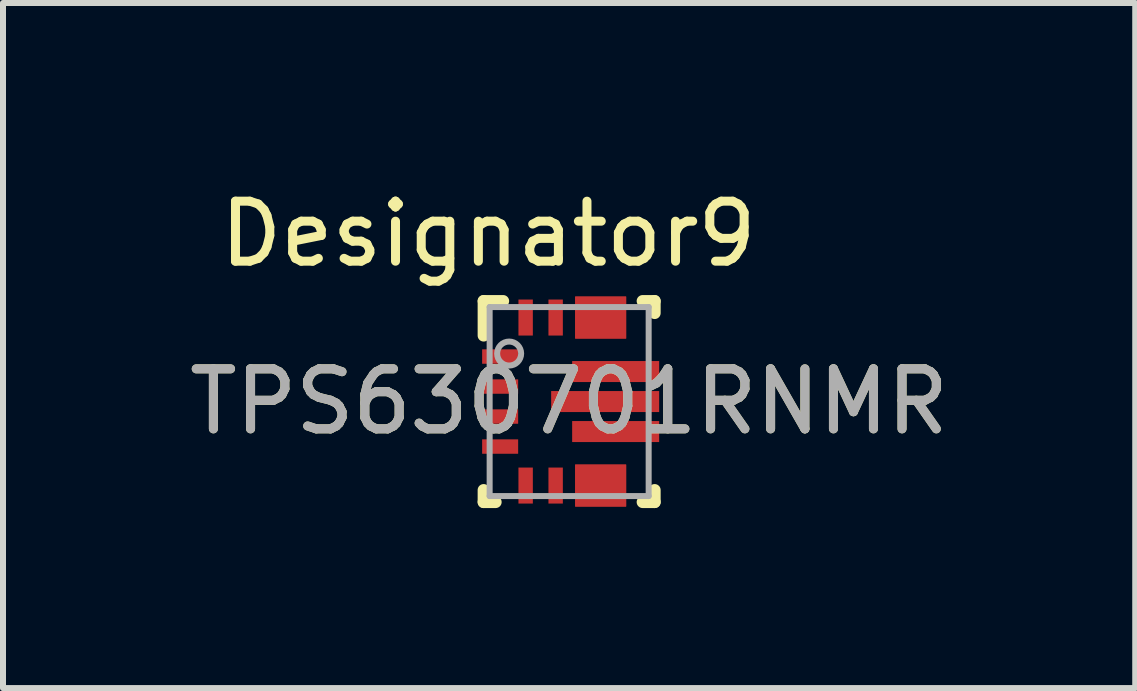
<source format=kicad_pcb>
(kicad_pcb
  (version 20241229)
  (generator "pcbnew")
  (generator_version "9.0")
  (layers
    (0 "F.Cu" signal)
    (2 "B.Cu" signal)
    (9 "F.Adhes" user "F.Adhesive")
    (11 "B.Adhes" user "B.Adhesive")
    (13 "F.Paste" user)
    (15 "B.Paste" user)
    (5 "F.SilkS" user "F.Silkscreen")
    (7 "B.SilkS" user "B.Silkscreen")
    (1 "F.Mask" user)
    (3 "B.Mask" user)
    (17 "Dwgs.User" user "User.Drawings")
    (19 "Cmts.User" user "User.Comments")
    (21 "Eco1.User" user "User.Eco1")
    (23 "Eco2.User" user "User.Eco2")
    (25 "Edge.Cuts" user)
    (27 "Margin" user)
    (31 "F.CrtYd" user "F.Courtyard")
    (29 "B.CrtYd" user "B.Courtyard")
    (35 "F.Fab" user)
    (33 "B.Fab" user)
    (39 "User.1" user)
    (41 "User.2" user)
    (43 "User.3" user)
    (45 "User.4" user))
  (footprint "TPS630701RNMR"
    (layer "F.Cu")
    (at 6.435 3.642)
    (property "Reference" "TPS630701RNMR" (at 0 0 0) (unlocked yes) (layer "F.SilkS") (effects (font (size 1 1) (thickness 0.15))))
    (attr smd)
    (fp_poly (pts (xy 0.15 -1.15) (xy 0.15 -1.3) (xy 0.151 -1.31) (xy 0.154 -1.319) (xy 0.158 -1.328) (xy 0.165 -1.335) (xy 0.172 -1.342) (xy 0.181 -1.346) (xy 0.19 -1.349) (xy 0.2 -1.35) (xy 0.85 -1.35) (xy 0.86 -1.349) (xy 0.869 -1.346) (xy 0.878 -1.342) (xy 0.885 -1.335) (xy 0.892 -1.328) (xy 0.896 -1.319) (xy 0.899 -1.31) (xy 0.9 -1.3) (xy 0.9 -1.15) (xy 0.899 -1.14) (xy 0.896 -1.131) (xy 0.892 -1.122) (xy 0.885 -1.115) (xy 0.878 -1.108) (xy 0.869 -1.104) (xy 0.86 -1.101) (xy 0.85 -1.1) (xy 0.2 -1.1) (xy 0.19 -1.101) (xy 0.181 -1.104) (xy 0.172 -1.108) (xy 0.165 -1.115) (xy 0.158 -1.122) (xy 0.154 -1.131) (xy 0.151 -1.14)) (stroke (width 0) (type solid)) (fill yes) (layer "F.Mask"))
    (fp_poly (pts (xy 0.15 1.3) (xy 0.15 1.15) (xy 0.151 1.14) (xy 0.154 1.131) (xy 0.158 1.122) (xy 0.165 1.115) (xy 0.172 1.108) (xy 0.181 1.104) (xy 0.19 1.101) (xy 0.2 1.1) (xy 0.85 1.1) (xy 0.86 1.101) (xy 0.869 1.104) (xy 0.878 1.108) (xy 0.885 1.115) (xy 0.892 1.122) (xy 0.896 1.131) (xy 0.899 1.14) (xy 0.9 1.15) (xy 0.9 1.3) (xy 0.899 1.31) (xy 0.896 1.319) (xy 0.892 1.328) (xy 0.885 1.335) (xy 0.878 1.342) (xy 0.869 1.346) (xy 0.86 1.349) (xy 0.85 1.35) (xy 0.2 1.35) (xy 0.19 1.349) (xy 0.181 1.346) (xy 0.172 1.342) (xy 0.165 1.335) (xy 0.158 1.328) (xy 0.154 1.319) (xy 0.151 1.31)) (stroke (width 0) (type solid)) (fill yes) (layer "F.Mask"))
    (fp_poly (pts (xy 0.2 1.1) (xy 0.35 1.1) (xy 0.36 1.101) (xy 0.369 1.104) (xy 0.378 1.108) (xy 0.385 1.115) (xy 0.392 1.122) (xy 0.396 1.131) (xy 0.399 1.14) (xy 0.4 1.15) (xy 0.4 1.65) (xy 0.399 1.66) (xy 0.396 1.669) (xy 0.392 1.678) (xy 0.385 1.685) (xy 0.378 1.692) (xy 0.369 1.696) (xy 0.36 1.699) (xy 0.35 1.7) (xy 0.2 1.7) (xy 0.19 1.699) (xy 0.181 1.696) (xy 0.172 1.692) (xy 0.165 1.685) (xy 0.158 1.678) (xy 0.154 1.669) (xy 0.151 1.66) (xy 0.15 1.65) (xy 0.15 1.15) (xy 0.151 1.14) (xy 0.154 1.131) (xy 0.158 1.122) (xy 0.165 1.115) (xy 0.172 1.108) (xy 0.181 1.104) (xy 0.19 1.101)) (stroke (width 0) (type solid)) (fill yes) (layer "F.Mask"))
    (fp_poly (pts (xy 0.35 -1.1) (xy 0.2 -1.1) (xy 0.19 -1.101) (xy 0.181 -1.104) (xy 0.172 -1.108) (xy 0.165 -1.115) (xy 0.158 -1.122) (xy 0.154 -1.131) (xy 0.151 -1.14) (xy 0.15 -1.15) (xy 0.15 -1.65) (xy 0.151 -1.66) (xy 0.154 -1.669) (xy 0.158 -1.678) (xy 0.165 -1.685) (xy 0.172 -1.692) (xy 0.181 -1.696) (xy 0.19 -1.699) (xy 0.2 -1.7) (xy 0.35 -1.7) (xy 0.36 -1.699) (xy 0.369 -1.696) (xy 0.378 -1.692) (xy 0.385 -1.685) (xy 0.392 -1.678) (xy 0.396 -1.669) (xy 0.399 -1.66) (xy 0.4 -1.65) (xy 0.4 -1.15) (xy 0.399 -1.14) (xy 0.396 -1.131) (xy 0.392 -1.122) (xy 0.385 -1.115) (xy 0.378 -1.108) (xy 0.369 -1.104) (xy 0.36 -1.101)) (stroke (width 0) (type solid)) (fill yes) (layer "F.Mask"))
    (fp_poly (pts (xy 0.7 1.1) (xy 0.85 1.1) (xy 0.86 1.101) (xy 0.869 1.104) (xy 0.878 1.108) (xy 0.885 1.115) (xy 0.892 1.122) (xy 0.896 1.131) (xy 0.899 1.14) (xy 0.9 1.15) (xy 0.9 1.65) (xy 0.899 1.66) (xy 0.896 1.669) (xy 0.892 1.678) (xy 0.885 1.685) (xy 0.878 1.692) (xy 0.869 1.696) (xy 0.86 1.699) (xy 0.85 1.7) (xy 0.7 1.7) (xy 0.69 1.699) (xy 0.681 1.696) (xy 0.672 1.692) (xy 0.665 1.685) (xy 0.658 1.678) (xy 0.654 1.669) (xy 0.651 1.66) (xy 0.65 1.65) (xy 0.65 1.15) (xy 0.651 1.14) (xy 0.654 1.131) (xy 0.658 1.122) (xy 0.665 1.115) (xy 0.672 1.108) (xy 0.681 1.104) (xy 0.69 1.101)) (stroke (width 0) (type solid)) (fill yes) (layer "F.Mask"))
    (fp_poly (pts (xy 0.85 -1.1) (xy 0.7 -1.1) (xy 0.69 -1.101) (xy 0.681 -1.104) (xy 0.672 -1.108) (xy 0.665 -1.115) (xy 0.658 -1.122) (xy 0.654 -1.131) (xy 0.651 -1.14) (xy 0.65 -1.15) (xy 0.65 -1.65) (xy 0.651 -1.66) (xy 0.654 -1.669) (xy 0.658 -1.678) (xy 0.665 -1.685) (xy 0.672 -1.692) (xy 0.681 -1.696) (xy 0.69 -1.699) (xy 0.7 -1.7) (xy 0.85 -1.7) (xy 0.86 -1.699) (xy 0.869 -1.696) (xy 0.878 -1.692) (xy 0.885 -1.685) (xy 0.892 -1.678) (xy 0.896 -1.669) (xy 0.899 -1.66) (xy 0.9 -1.65) (xy 0.9 -1.15) (xy 0.899 -1.14) (xy 0.896 -1.131) (xy 0.892 -1.122) (xy 0.885 -1.115) (xy 0.878 -1.108) (xy 0.869 -1.104) (xy 0.86 -1.101)) (stroke (width 0) (type solid)) (fill yes) (layer "F.Mask"))
    (fp_line (start -1.425 -1.675) (end -1.1 -1.675) (stroke (width 0.2) (type solid)) (layer "F.SilkS"))
    (fp_line (start -1.425 -1.1) (end -1.425 -1.675) (stroke (width 0.2) (type solid)) (layer "F.SilkS"))
    (fp_line (start -1.425 1.675) (end -1.425 1.475) (stroke (width 0.2) (type solid)) (layer "F.SilkS"))
    (fp_line (start -1.425 1.675) (end -1.225 1.675) (stroke (width 0.2) (type solid)) (layer "F.SilkS"))
    (fp_line (start 1.225 -1.675) (end 1.425 -1.675) (stroke (width 0.2) (type solid)) (layer "F.SilkS"))
    (fp_line (start 1.225 1.675) (end 1.425 1.675) (stroke (width 0.2) (type solid)) (layer "F.SilkS"))
    (fp_line (start 1.425 -1.475) (end 1.425 -1.675) (stroke (width 0.2) (type solid)) (layer "F.SilkS"))
    (fp_line (start 1.425 1.675) (end 1.425 1.475) (stroke (width 0.2) (type solid)) (layer "F.SilkS"))
    (fp_poly (pts (xy -0.22 0.075) (xy -0.22 -0.075) (xy -0.219 -0.085) (xy -0.216 -0.094) (xy -0.212 -0.103) (xy -0.205 -0.11) (xy -0.198 -0.117) (xy -0.189 -0.121) (xy -0.18 -0.124) (xy -0.17 -0.125) (xy 0.45 -0.125) (xy 0.46 -0.124) (xy 0.469 -0.121) (xy 0.478 -0.117) (xy 0.485 -0.11) (xy 0.492 -0.103) (xy 0.496 -0.094) (xy 0.499 -0.085) (xy 0.5 -0.075) (xy 0.5 0.075) (xy 0.499 0.085) (xy 0.496 0.094) (xy 0.492 0.103) (xy 0.485 0.11) (xy 0.478 0.117) (xy 0.469 0.121) (xy 0.46 0.124) (xy 0.45 0.125) (xy -0.17 0.125) (xy -0.18 0.124) (xy -0.189 0.121) (xy -0.198 0.117) (xy -0.205 0.11) (xy -0.212 0.103) (xy -0.216 0.094) (xy -0.219 0.085)) (stroke (width 0) (type solid)) (fill yes) (layer "F.Paste"))
    (fp_poly (pts (xy 0.101 -0.425) (xy 0.101 -0.575) (xy 0.101 -0.585) (xy 0.104 -0.594) (xy 0.109 -0.603) (xy 0.115 -0.61) (xy 0.123 -0.617) (xy 0.131 -0.621) (xy 0.141 -0.624) (xy 0.15 -0.625) (xy 0.625 -0.625) (xy 0.635 -0.624) (xy 0.645 -0.621) (xy 0.653 -0.617) (xy 0.661 -0.61) (xy 0.667 -0.603) (xy 0.672 -0.594) (xy 0.675 -0.585) (xy 0.675 -0.575) (xy 0.675 -0.425) (xy 0.675 -0.415) (xy 0.672 -0.406) (xy 0.667 -0.397) (xy 0.661 -0.39) (xy 0.653 -0.383) (xy 0.645 -0.379) (xy 0.635 -0.376) (xy 0.625 -0.375) (xy 0.15 -0.375) (xy 0.141 -0.376) (xy 0.131 -0.379) (xy 0.123 -0.383) (xy 0.115 -0.39) (xy 0.109 -0.397) (xy 0.104 -0.406) (xy 0.101 -0.415)) (stroke (width 0) (type solid)) (fill yes) (layer "F.Paste"))
    (fp_poly (pts (xy 0.101 0.575) (xy 0.101 0.425) (xy 0.101 0.415) (xy 0.104 0.406) (xy 0.109 0.397) (xy 0.115 0.39) (xy 0.123 0.383) (xy 0.131 0.379) (xy 0.141 0.376) (xy 0.15 0.375) (xy 0.625 0.375) (xy 0.635 0.376) (xy 0.645 0.379) (xy 0.653 0.383) (xy 0.661 0.39) (xy 0.667 0.397) (xy 0.672 0.406) (xy 0.675 0.415) (xy 0.675 0.425) (xy 0.675 0.575) (xy 0.675 0.585) (xy 0.672 0.594) (xy 0.667 0.603) (xy 0.661 0.61) (xy 0.653 0.617) (xy 0.645 0.621) (xy 0.635 0.624) (xy 0.625 0.625) (xy 0.15 0.625) (xy 0.141 0.624) (xy 0.131 0.621) (xy 0.123 0.617) (xy 0.115 0.61) (xy 0.109 0.603) (xy 0.104 0.594) (xy 0.101 0.585)) (stroke (width 0) (type solid)) (fill yes) (layer "F.Paste"))
    (fp_poly (pts (xy 0.15 -1.15) (xy 0.15 -1.3) (xy 0.151 -1.31) (xy 0.154 -1.319) (xy 0.158 -1.328) (xy 0.165 -1.335) (xy 0.172 -1.342) (xy 0.181 -1.346) (xy 0.19 -1.349) (xy 0.2 -1.35) (xy 0.85 -1.35) (xy 0.86 -1.349) (xy 0.869 -1.346) (xy 0.878 -1.342) (xy 0.885 -1.335) (xy 0.892 -1.328) (xy 0.896 -1.319) (xy 0.899 -1.31) (xy 0.9 -1.3) (xy 0.9 -1.15) (xy 0.899 -1.14) (xy 0.896 -1.131) (xy 0.892 -1.122) (xy 0.885 -1.115) (xy 0.878 -1.108) (xy 0.869 -1.104) (xy 0.86 -1.101) (xy 0.85 -1.1) (xy 0.2 -1.1) (xy 0.19 -1.101) (xy 0.181 -1.104) (xy 0.172 -1.108) (xy 0.165 -1.115) (xy 0.158 -1.122) (xy 0.154 -1.131) (xy 0.151 -1.14)) (stroke (width 0) (type solid)) (fill yes) (layer "F.Paste"))
    (fp_poly (pts (xy 0.15 1.3) (xy 0.15 1.15) (xy 0.151 1.14) (xy 0.154 1.131) (xy 0.158 1.122) (xy 0.165 1.115) (xy 0.172 1.108) (xy 0.181 1.104) (xy 0.19 1.101) (xy 0.2 1.1) (xy 0.85 1.1) (xy 0.86 1.101) (xy 0.869 1.104) (xy 0.878 1.108) (xy 0.885 1.115) (xy 0.892 1.122) (xy 0.896 1.131) (xy 0.899 1.14) (xy 0.9 1.15) (xy 0.9 1.3) (xy 0.899 1.31) (xy 0.896 1.319) (xy 0.892 1.328) (xy 0.885 1.335) (xy 0.878 1.342) (xy 0.869 1.346) (xy 0.86 1.349) (xy 0.85 1.35) (xy 0.2 1.35) (xy 0.19 1.349) (xy 0.181 1.346) (xy 0.172 1.342) (xy 0.165 1.335) (xy 0.158 1.328) (xy 0.154 1.319) (xy 0.151 1.31)) (stroke (width 0) (type solid)) (fill yes) (layer "F.Paste"))
    (fp_poly (pts (xy 0.2 1.1) (xy 0.35 1.1) (xy 0.36 1.101) (xy 0.369 1.104) (xy 0.378 1.108) (xy 0.385 1.115) (xy 0.392 1.122) (xy 0.396 1.131) (xy 0.399 1.14) (xy 0.4 1.15) (xy 0.4 1.65) (xy 0.399 1.66) (xy 0.396 1.669) (xy 0.392 1.678) (xy 0.385 1.685) (xy 0.378 1.692) (xy 0.369 1.696) (xy 0.36 1.699) (xy 0.35 1.7) (xy 0.2 1.7) (xy 0.19 1.699) (xy 0.181 1.696) (xy 0.172 1.692) (xy 0.165 1.685) (xy 0.158 1.678) (xy 0.154 1.669) (xy 0.151 1.66) (xy 0.15 1.65) (xy 0.15 1.15) (xy 0.151 1.14) (xy 0.154 1.131) (xy 0.158 1.122) (xy 0.165 1.115) (xy 0.172 1.108) (xy 0.181 1.104) (xy 0.19 1.101)) (stroke (width 0) (type solid)) (fill yes) (layer "F.Paste"))
    (fp_poly (pts (xy 0.35 -1.1) (xy 0.2 -1.1) (xy 0.19 -1.101) (xy 0.181 -1.104) (xy 0.172 -1.108) (xy 0.165 -1.115) (xy 0.158 -1.122) (xy 0.154 -1.131) (xy 0.151 -1.14) (xy 0.15 -1.15) (xy 0.15 -1.65) (xy 0.151 -1.66) (xy 0.154 -1.669) (xy 0.158 -1.678) (xy 0.165 -1.685) (xy 0.172 -1.692) (xy 0.181 -1.696) (xy 0.19 -1.699) (xy 0.2 -1.7) (xy 0.35 -1.7) (xy 0.36 -1.699) (xy 0.369 -1.696) (xy 0.378 -1.692) (xy 0.385 -1.685) (xy 0.392 -1.678) (xy 0.396 -1.669) (xy 0.399 -1.66) (xy 0.4 -1.65) (xy 0.4 -1.15) (xy 0.399 -1.14) (xy 0.396 -1.131) (xy 0.392 -1.122) (xy 0.385 -1.115) (xy 0.378 -1.108) (xy 0.369 -1.104) (xy 0.36 -1.101)) (stroke (width 0) (type solid)) (fill yes) (layer "F.Paste"))
    (fp_poly (pts (xy 0.7 0.075) (xy 0.7 -0.075) (xy 0.701 -0.085) (xy 0.704 -0.094) (xy 0.708 -0.103) (xy 0.715 -0.11) (xy 0.722 -0.117) (xy 0.731 -0.121) (xy 0.74 -0.124) (xy 0.75 -0.125) (xy 1.37 -0.125) (xy 1.38 -0.124) (xy 1.389 -0.121) (xy 1.398 -0.117) (xy 1.405 -0.11) (xy 1.412 -0.103) (xy 1.416 -0.094) (xy 1.419 -0.085) (xy 1.42 -0.075) (xy 1.42 0.075) (xy 1.419 0.085) (xy 1.416 0.094) (xy 1.412 0.103) (xy 1.405 0.11) (xy 1.398 0.117) (xy 1.389 0.121) (xy 1.38 0.124) (xy 1.37 0.125) (xy 0.75 0.125) (xy 0.74 0.124) (xy 0.731 0.121) (xy 0.722 0.117) (xy 0.715 0.11) (xy 0.708 0.103) (xy 0.704 0.094) (xy 0.701 0.085)) (stroke (width 0) (type solid)) (fill yes) (layer "F.Paste"))
    (fp_poly (pts (xy 0.7 1.1) (xy 0.85 1.1) (xy 0.86 1.101) (xy 0.869 1.104) (xy 0.878 1.108) (xy 0.885 1.115) (xy 0.892 1.122) (xy 0.896 1.131) (xy 0.899 1.14) (xy 0.9 1.15) (xy 0.9 1.65) (xy 0.899 1.66) (xy 0.896 1.669) (xy 0.892 1.678) (xy 0.885 1.685) (xy 0.878 1.692) (xy 0.869 1.696) (xy 0.86 1.699) (xy 0.85 1.7) (xy 0.7 1.7) (xy 0.69 1.699) (xy 0.681 1.696) (xy 0.672 1.692) (xy 0.665 1.685) (xy 0.658 1.678) (xy 0.654 1.669) (xy 0.651 1.66) (xy 0.65 1.65) (xy 0.65 1.15) (xy 0.651 1.14) (xy 0.654 1.131) (xy 0.658 1.122) (xy 0.665 1.115) (xy 0.672 1.108) (xy 0.681 1.104) (xy 0.69 1.101)) (stroke (width 0) (type solid)) (fill yes) (layer "F.Paste"))
    (fp_poly (pts (xy 0.85 -1.1) (xy 0.7 -1.1) (xy 0.69 -1.101) (xy 0.681 -1.104) (xy 0.672 -1.108) (xy 0.665 -1.115) (xy 0.658 -1.122) (xy 0.654 -1.131) (xy 0.651 -1.14) (xy 0.65 -1.15) (xy 0.65 -1.65) (xy 0.651 -1.66) (xy 0.654 -1.669) (xy 0.658 -1.678) (xy 0.665 -1.685) (xy 0.672 -1.692) (xy 0.681 -1.696) (xy 0.69 -1.699) (xy 0.7 -1.7) (xy 0.85 -1.7) (xy 0.86 -1.699) (xy 0.869 -1.696) (xy 0.878 -1.692) (xy 0.885 -1.685) (xy 0.892 -1.678) (xy 0.896 -1.669) (xy 0.899 -1.66) (xy 0.9 -1.65) (xy 0.9 -1.15) (xy 0.899 -1.14) (xy 0.896 -1.131) (xy 0.892 -1.122) (xy 0.885 -1.115) (xy 0.878 -1.108) (xy 0.869 -1.104) (xy 0.86 -1.101)) (stroke (width 0) (type solid)) (fill yes) (layer "F.Paste"))
    (fp_poly (pts (xy 0.875 -0.425) (xy 0.875 -0.575) (xy 0.876 -0.585) (xy 0.879 -0.594) (xy 0.884 -0.603) (xy 0.89 -0.61) (xy 0.898 -0.617) (xy 0.906 -0.621) (xy 0.916 -0.624) (xy 0.925 -0.625) (xy 1.401 -0.625) (xy 1.41 -0.624) (xy 1.42 -0.621) (xy 1.428 -0.617) (xy 1.436 -0.61) (xy 1.442 -0.603) (xy 1.447 -0.594) (xy 1.45 -0.585) (xy 1.45 -0.575) (xy 1.45 -0.425) (xy 1.45 -0.415) (xy 1.447 -0.406) (xy 1.442 -0.397) (xy 1.436 -0.39) (xy 1.428 -0.383) (xy 1.42 -0.379) (xy 1.41 -0.376) (xy 1.401 -0.375) (xy 0.925 -0.375) (xy 0.916 -0.376) (xy 0.906 -0.379) (xy 0.898 -0.383) (xy 0.89 -0.39) (xy 0.884 -0.397) (xy 0.879 -0.406) (xy 0.876 -0.415)) (stroke (width 0) (type solid)) (fill yes) (layer "F.Paste"))
    (fp_poly (pts (xy 0.875 0.575) (xy 0.875 0.425) (xy 0.876 0.415) (xy 0.879 0.406) (xy 0.884 0.397) (xy 0.89 0.39) (xy 0.898 0.383) (xy 0.906 0.379) (xy 0.916 0.376) (xy 0.925 0.375) (xy 1.401 0.375) (xy 1.41 0.376) (xy 1.42 0.379) (xy 1.428 0.383) (xy 1.436 0.39) (xy 1.442 0.397) (xy 1.447 0.406) (xy 1.45 0.415) (xy 1.45 0.425) (xy 1.45 0.575) (xy 1.45 0.585) (xy 1.447 0.594) (xy 1.442 0.603) (xy 1.436 0.61) (xy 1.428 0.617) (xy 1.42 0.621) (xy 1.41 0.624) (xy 1.401 0.625) (xy 0.925 0.625) (xy 0.916 0.624) (xy 0.906 0.621) (xy 0.898 0.617) (xy 0.89 0.61) (xy 0.884 0.603) (xy 0.879 0.594) (xy 0.876 0.585)) (stroke (width 0) (type solid)) (fill yes) (layer "F.Paste"))
    (fp_line (start -1.325 -1.575) (end 1.325 -1.575) (stroke (width 0.1) (type solid)) (layer "F.Fab"))
    (fp_line (start -1.325 1.575) (end -1.325 -1.575) (stroke (width 0.1) (type solid)) (layer "F.Fab"))
    (fp_line (start -1.325 1.575) (end 1.325 1.575) (stroke (width 0.1) (type solid)) (layer "F.Fab"))
    (fp_line (start 1.325 1.575) (end 1.325 -1.575) (stroke (width 0.1) (type solid)) (layer "F.Fab"))
    (fp_circle (center -1 -0.8) (end -0.8 -0.8) (stroke (width 0.1) (type solid)) (fill no) (layer "F.Fab"))
    (fp_text user "Designator9" (at -1.346 -2.794 0) (unlocked yes) (layer "F.SilkS") (effects (font (size 1 1) (thickness 0.15))))
    (fp_text user "${REFERENCE}" (at 0 0 0) (unlocked yes) (layer "F.Fab") (effects (font (size 1 1) (thickness 0.15))))
    (pad "1" smd rect (at -1.15 -0.75 90) (size 0.24 0.6) (layers "F.Cu" "F.Mask" "F.Paste"))
    (pad "2" smd rect (at -1.15 -0.25 90) (size 0.24 0.6) (layers "F.Cu" "F.Mask" "F.Paste"))
    (pad "3" smd rect (at -1.15 0.25 90) (size 0.24 0.6) (layers "F.Cu" "F.Mask" "F.Paste"))
    (pad "4" smd rect (at -1.15 0.75 90) (size 0.24 0.6) (layers "F.Cu" "F.Mask" "F.Paste"))
    (pad "5" smd rect (at -0.725 1.4) (size 0.24 0.6) (layers "F.Cu" "F.Mask" "F.Paste"))
    (pad "6" smd rect (at -0.225 1.4) (size 0.24 0.6) (layers "F.Cu" "F.Mask" "F.Paste"))
    (pad "7" smd rect (at 0.525 1.4 90) (size 0.7 0.85) (layers "F.Cu" "F.Mask" "F.Paste"))
    (pad "8" smd rect (at 0.525 1.4 90) (size 0.7 0.85) (layers "F.Cu" "F.Mask" "F.Paste"))
    (pad "9" smd rect (at 0.775 0.5 90) (size 0.35 1.45) (layers "F.Cu" "F.Mask"))
    (pad "10" smd rect (at 0.6 0 90) (size 0.35 1.8) (layers "F.Cu" "F.Mask"))
    (pad "11" smd rect (at 0.775 -0.5 90) (size 0.35 1.45) (layers "F.Cu" "F.Mask"))
    (pad "12" smd rect (at 0.525 -1.4 90) (size 0.7 0.85) (layers "F.Cu" "F.Mask" "F.Paste"))
    (pad "13" smd rect (at 0.525 -1.4 90) (size 0.7 0.85) (layers "F.Cu" "F.Mask" "F.Paste"))
    (pad "14" smd rect (at -0.225 -1.4) (size 0.24 0.6) (layers "F.Cu" "F.Mask" "F.Paste"))
    (pad "15" smd rect (at -0.725 -1.4) (size 0.24 0.6) (layers "F.Cu" "F.Mask" "F.Paste")))
  (gr_rect
    (start -3 -3)
    (end 15.869 8.417)
    (stroke (width 0.1) (type default))
    (fill no)
    (layer "Edge.Cuts")))
</source>
